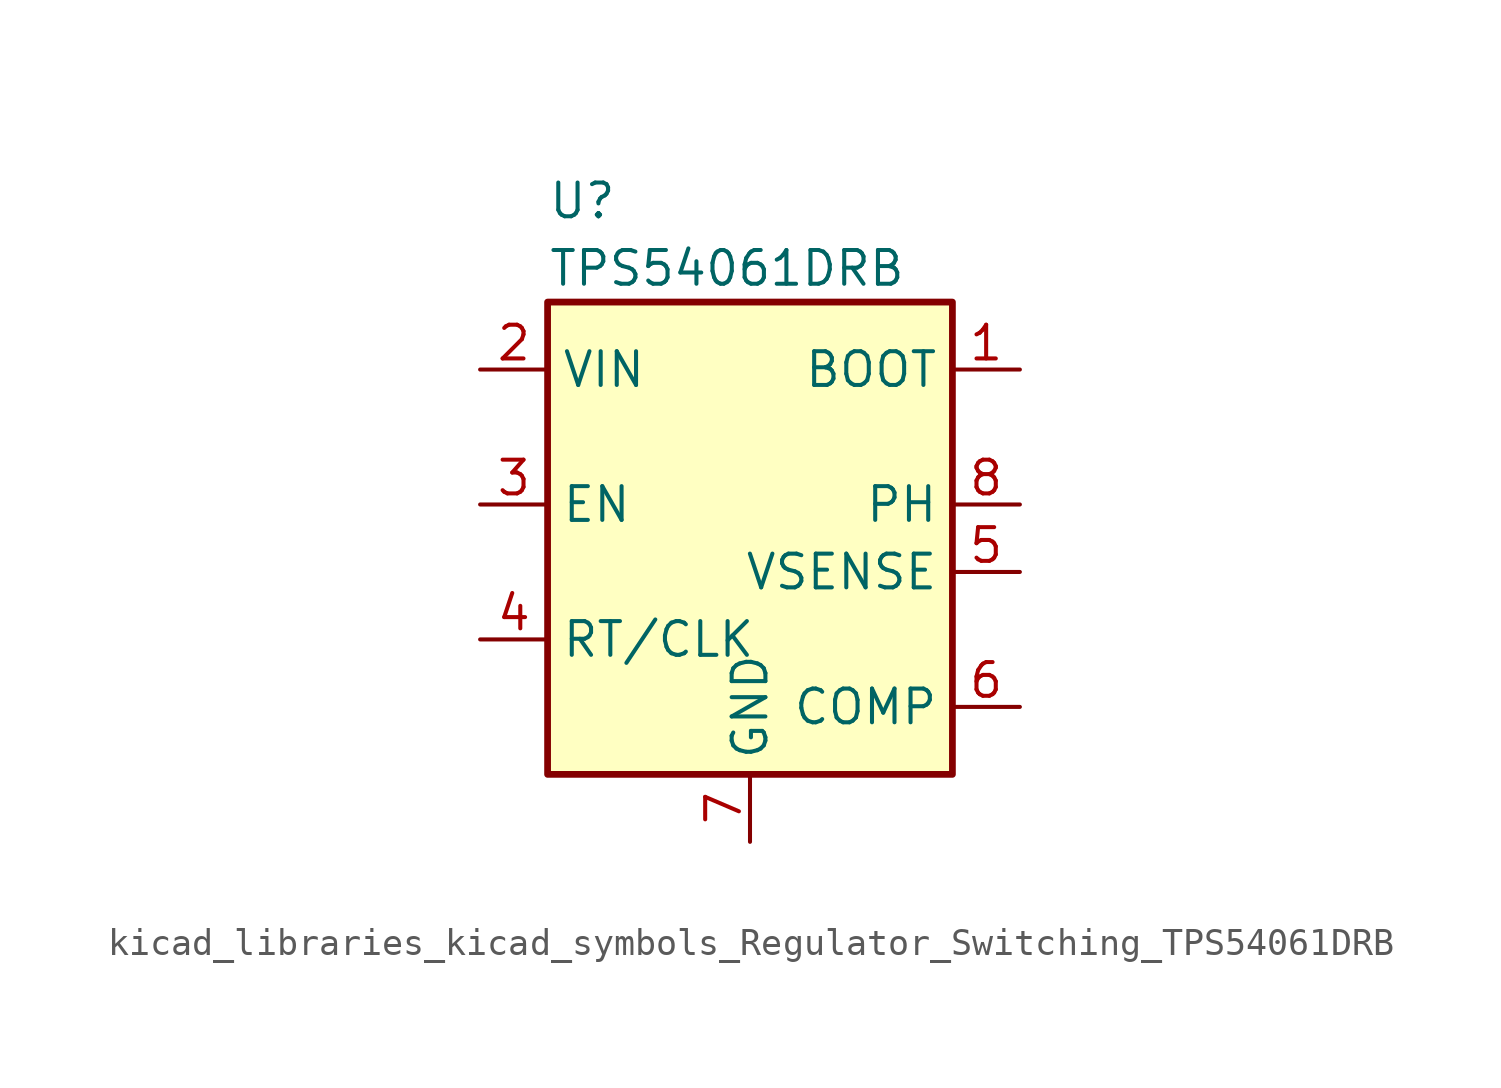
<source format=kicad_sym>
(kicad_symbol_lib
  (version 20220914)
  (generator kicad_symbol_editor)
  (symbol "kicad_libraries_kicad_symbols_Regulator_Switching_TPS54061DRB"
    (property "Reference" "U"
      (at -7.62 11.43 0)
      (effects (font (size 1.27 1.27)) (justify left)))
    (property "Value" "TPS54061DRB"
      (at -7.62 8.89 0)
      (effects (font (size 1.27 1.27)) (justify left)))
    (symbol "kicad_libraries_kicad_symbols_Regulator_Switching_TPS54061DRB_0_1"
      (rectangle (start -7.62 7.62) (end 7.62 -10.16) (stroke (width 0.254) (type default)) (fill (type background))))
    (symbol "kicad_libraries_kicad_symbols_Regulator_Switching_TPS54061DRB_1_1"
      (pin passive line (at 10.16 5.08 180) (length 2.54) (name "BOOT" (effects (font (size 1.27 1.27)))) (number "1" (effects (font (size 1.27 1.27)))))
      (pin power_in line (at -10.16 5.08 0) (length 2.54) (name "VIN" (effects (font (size 1.27 1.27)))) (number "2" (effects (font (size 1.27 1.27)))))
      (pin input line (at -10.16 0 0) (length 2.54) (name "EN" (effects (font (size 1.27 1.27)))) (number "3" (effects (font (size 1.27 1.27)))))
      (pin passive line (at -10.16 -5.08 0) (length 2.54) (name "RT/CLK" (effects (font (size 1.27 1.27)))) (number "4" (effects (font (size 1.27 1.27)))))
      (pin input line (at 10.16 -2.54 180) (length 2.54) (name "VSENSE" (effects (font (size 1.27 1.27)))) (number "5" (effects (font (size 1.27 1.27)))))
      (pin passive line (at 10.16 -7.62 180) (length 2.54) (name "COMP" (effects (font (size 1.27 1.27)))) (number "6" (effects (font (size 1.27 1.27)))))
      (pin power_in line (at 0 -12.7 90) (length 2.54) (name "GND" (effects (font (size 1.27 1.27)))) (number "7" (effects (font (size 1.27 1.27)))))
      (pin power_out line (at 10.16 0 180) (length 2.54) (name "PH" (effects (font (size 1.27 1.27)))) (number "8" (effects (font (size 1.27 1.27)))))
      (pin passive line (at 0 -12.7 90) (length 2.54) hide (name "GND" (effects (font (size 1.27 1.27)))) (number "9" (effects (font (size 1.27 1.27))))))))
</source>
